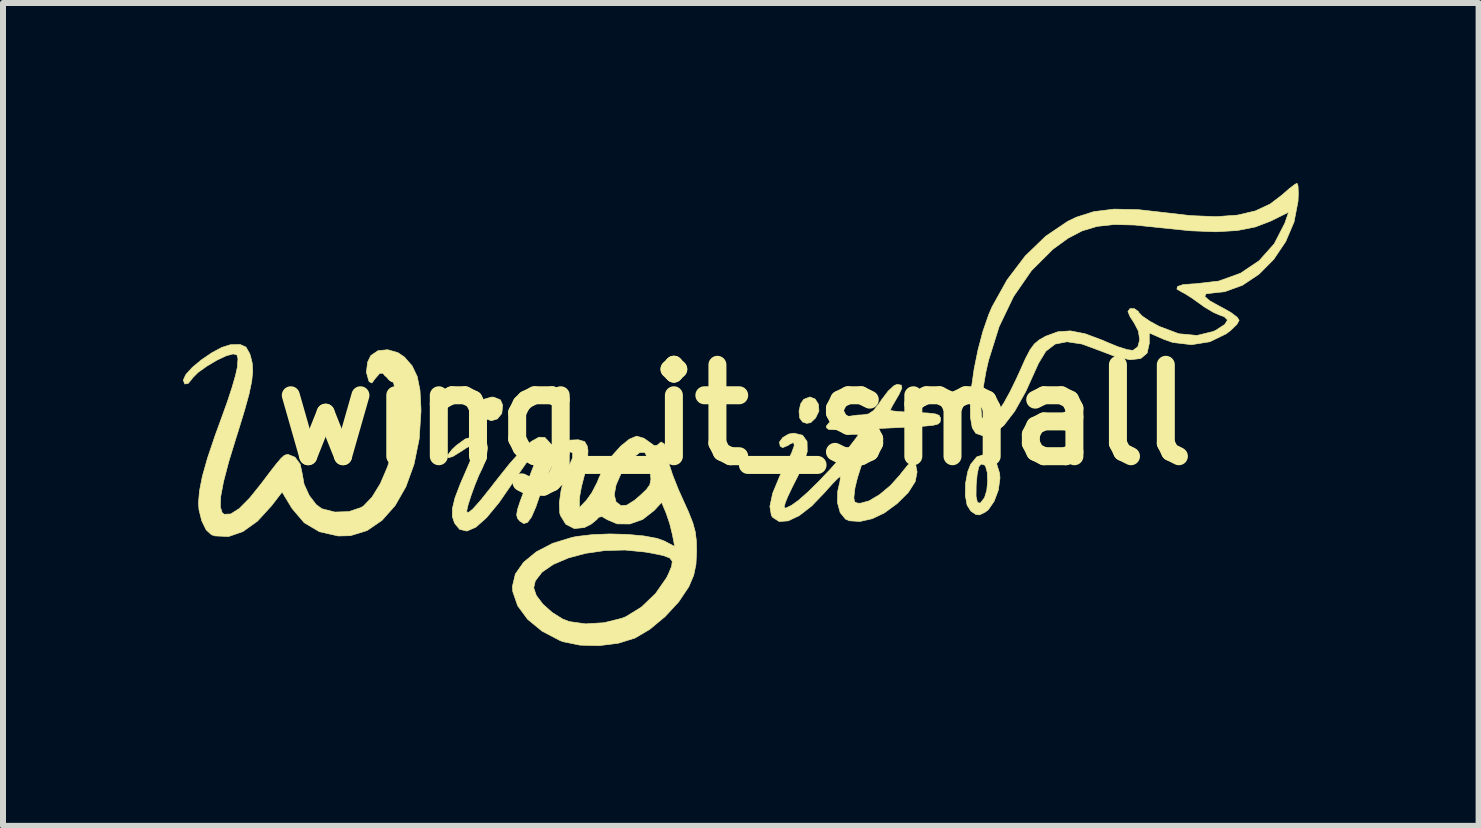
<source format=kicad_pcb>
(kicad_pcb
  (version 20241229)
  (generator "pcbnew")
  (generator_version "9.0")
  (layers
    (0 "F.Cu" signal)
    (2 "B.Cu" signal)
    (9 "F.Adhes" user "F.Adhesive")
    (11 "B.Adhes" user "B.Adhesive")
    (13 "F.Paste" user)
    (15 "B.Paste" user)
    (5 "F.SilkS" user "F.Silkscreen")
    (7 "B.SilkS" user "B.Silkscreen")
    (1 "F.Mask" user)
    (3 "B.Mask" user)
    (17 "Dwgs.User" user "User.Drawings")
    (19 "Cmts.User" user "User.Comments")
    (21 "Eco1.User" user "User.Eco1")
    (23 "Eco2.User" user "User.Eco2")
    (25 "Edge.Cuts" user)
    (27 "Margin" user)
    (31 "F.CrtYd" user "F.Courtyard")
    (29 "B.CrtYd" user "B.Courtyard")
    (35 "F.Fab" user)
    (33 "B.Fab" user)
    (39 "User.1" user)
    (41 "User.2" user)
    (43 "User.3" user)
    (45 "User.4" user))
  (footprint "wing_it_small"
    (layer "F.Cu")
    (at 9.2 3.866)
    (property "Reference" "wing_it_small" (at 0 0 0) (layer "F.SilkS") (effects (font (size 1.524 1.524) (thickness 0.3))))
    (attr through_hole)
    (fp_poly (pts (xy -4.018 -0.295) (xy -3.907 -0.249) (xy -3.87 -0.162) (xy -3.885 -0.024) (xy -3.958 0.067) (xy -4.06 0.098) (xy -4.162 0.06) (xy -4.225 -0.024) (xy -4.247 -0.163) (xy -4.185 -0.26) (xy -4.055 -0.297) (xy -4.018 -0.295)) (stroke (width 0.01) (type solid)) (fill yes) (layer "F.SilkS"))
    (fp_poly (pts (xy 1.338 -0.264) (xy 1.394 -0.177) (xy 1.402 -0.064) (xy 1.347 0.05) (xy 1.343 0.055) (xy 1.264 0.13) (xy 1.197 0.141) (xy 1.13 0.119) (xy 1.08 0.051) (xy 1.07 -0.065) (xy 1.098 -0.186) (xy 1.147 -0.258) (xy 1.251 -0.299) (xy 1.338 -0.264)) (stroke (width 0.01) (type solid)) (fill yes) (layer "F.SilkS"))
    (fp_poly (pts (xy 4.268 0.701) (xy 4.362 0.808) (xy 4.414 0.975) (xy 4.42 1.054) (xy 4.393 1.253) (xy 4.323 1.44) (xy 4.227 1.58) (xy 4.173 1.622) (xy 4.08 1.667) (xy 4.02 1.662) (xy 3.934 1.604) (xy 3.934 1.604) (xy 3.871 1.503) (xy 3.845 1.357) (xy 4.021 1.357) (xy 4.044 1.46) (xy 4.091 1.472) (xy 4.156 1.389) (xy 4.164 1.375) (xy 4.2 1.258) (xy 4.214 1.106) (xy 4.208 0.96) (xy 4.18 0.857) (xy 4.162 0.836) (xy 4.105 0.82) (xy 4.066 0.867) (xy 4.04 0.99) (xy 4.023 1.169) (xy 4.021 1.357) (xy 3.845 1.357) (xy 3.842 1.338) (xy 3.846 1.142) (xy 3.883 0.946) (xy 3.932 0.823) (xy 4.034 0.699) (xy 4.153 0.662) (xy 4.268 0.701)) (stroke (width 0.01) (type solid)) (fill yes) (layer "F.SilkS"))
    (fp_poly (pts (xy -8.15 -1.13) (xy -8.088 -1.022) (xy -8.075 -0.984) (xy -8.045 -0.861) (xy -8.037 -0.725) (xy -8.054 -0.559) (xy -8.098 -0.348) (xy -8.173 -0.076) (xy -8.279 0.271) (xy -8.308 0.361) (xy -8.437 0.781) (xy -8.524 1.114) (xy -8.571 1.363) (xy -8.577 1.535) (xy -8.545 1.633) (xy -8.512 1.657) (xy -8.403 1.652) (xy -8.262 1.562) (xy -8.087 1.385) (xy -7.909 1.164) (xy -7.75 0.954) (xy -7.64 0.813) (xy -7.566 0.726) (xy -7.516 0.68) (xy -7.478 0.663) (xy -7.446 0.66) (xy -7.332 0.706) (xy -7.246 0.821) (xy -7.214 0.971) (xy -7.181 1.156) (xy -7.095 1.344) (xy -6.979 1.496) (xy -6.885 1.565) (xy -6.669 1.62) (xy -6.436 1.613) (xy -6.232 1.545) (xy -6.191 1.52) (xy -6.049 1.372) (xy -5.91 1.147) (xy -5.789 0.865) (xy -5.715 0.625) (xy -5.67 0.394) (xy -5.645 0.136) (xy -5.639 -0.121) (xy -5.653 -0.351) (xy -5.686 -0.526) (xy -5.718 -0.598) (xy -5.821 -0.695) (xy -5.919 -0.693) (xy -5.998 -0.603) (xy -6.049 -0.532) (xy -6.091 -0.55) (xy -6.101 -0.565) (xy -6.142 -0.71) (xy -6.122 -0.878) (xy -6.069 -0.988) (xy -5.949 -1.07) (xy -5.787 -1.086) (xy -5.616 -1.037) (xy -5.507 -0.963) (xy -5.379 -0.816) (xy -5.295 -0.64) (xy -5.249 -0.413) (xy -5.233 -0.113) (xy -5.232 -0.063) (xy -5.262 0.401) (xy -5.348 0.824) (xy -5.483 1.197) (xy -5.663 1.512) (xy -5.881 1.758) (xy -6.131 1.929) (xy -6.408 2.014) (xy -6.611 2.019) (xy -6.925 1.948) (xy -7.179 1.798) (xy -7.379 1.563) (xy -7.393 1.541) (xy -7.547 1.286) (xy -7.723 1.515) (xy -7.958 1.772) (xy -8.2 1.945) (xy -8.439 2.028) (xy -8.666 2.018) (xy -8.726 1.998) (xy -8.814 1.916) (xy -8.887 1.766) (xy -8.933 1.581) (xy -8.941 1.47) (xy -8.925 1.271) (xy -8.877 1.026) (xy -8.792 0.725) (xy -8.667 0.353) (xy -8.552 0.037) (xy -8.46 -0.218) (xy -8.381 -0.459) (xy -8.323 -0.661) (xy -8.293 -0.796) (xy -8.293 -0.8) (xy -8.283 -0.937) (xy -8.301 -1) (xy -8.357 -1.015) (xy -8.363 -1.016) (xy -8.476 -0.986) (xy -8.634 -0.912) (xy -8.802 -0.812) (xy -8.948 -0.708) (xy -9.037 -0.619) (xy -9.042 -0.61) (xy -9.11 -0.526) (xy -9.169 -0.514) (xy -9.195 -0.578) (xy -9.153 -0.671) (xy -9.044 -0.791) (xy -8.891 -0.918) (xy -8.719 -1.035) (xy -8.551 -1.125) (xy -8.411 -1.169) (xy -8.407 -1.169) (xy -8.246 -1.173) (xy -8.15 -1.13)) (stroke (width 0.01) (type solid)) (fill yes) (layer "F.SilkS"))
    (fp_poly (pts (xy 2.774 -0.496) (xy 2.785 -0.447) (xy 2.738 -0.343) (xy 2.692 -0.265) (xy 2.627 -0.153) (xy 2.592 -0.084) (xy 2.591 -0.077) (xy 2.638 -0.065) (xy 2.762 -0.053) (xy 2.941 -0.043) (xy 3.01 -0.04) (xy 3.216 -0.031) (xy 3.342 -0.016) (xy 3.405 0.008) (xy 3.427 0.049) (xy 3.429 0.076) (xy 3.421 0.122) (xy 3.386 0.153) (xy 3.305 0.174) (xy 3.162 0.188) (xy 2.937 0.201) (xy 2.896 0.203) (xy 2.363 0.229) (xy 2.198 0.615) (xy 2.113 0.832) (xy 2.044 1.048) (xy 2.002 1.22) (xy 2 1.238) (xy 1.984 1.38) (xy 1.995 1.449) (xy 2.043 1.471) (xy 2.094 1.473) (xy 2.237 1.434) (xy 2.412 1.33) (xy 2.592 1.18) (xy 2.751 1.004) (xy 2.775 0.971) (xy 2.887 0.833) (xy 2.966 0.789) (xy 3.016 0.838) (xy 3.038 0.951) (xy 3.007 1.112) (xy 2.892 1.293) (xy 2.705 1.479) (xy 2.492 1.635) (xy 2.29 1.731) (xy 2.086 1.777) (xy 1.911 1.766) (xy 1.845 1.738) (xy 1.756 1.629) (xy 1.71 1.462) (xy 1.715 1.275) (xy 1.725 1.229) (xy 1.753 1.107) (xy 1.76 1.034) (xy 1.757 1.029) (xy 1.718 1.056) (xy 1.632 1.143) (xy 1.516 1.272) (xy 1.499 1.292) (xy 1.28 1.52) (xy 1.073 1.68) (xy 0.89 1.767) (xy 0.739 1.778) (xy 0.629 1.707) (xy 0.609 1.676) (xy 0.584 1.525) (xy 0.631 1.306) (xy 0.749 1.021) (xy 0.847 0.832) (xy 0.946 0.636) (xy 0.991 0.511) (xy 0.98 0.46) (xy 0.913 0.489) (xy 0.888 0.509) (xy 0.798 0.546) (xy 0.757 0.523) (xy 0.743 0.454) (xy 0.799 0.378) (xy 0.898 0.32) (xy 0.984 0.305) (xy 1.13 0.34) (xy 1.204 0.444) (xy 1.207 0.612) (xy 1.137 0.84) (xy 1.049 1.024) (xy 0.958 1.203) (xy 0.883 1.361) (xy 0.841 1.464) (xy 0.821 1.542) (xy 0.847 1.555) (xy 0.941 1.51) (xy 0.948 1.506) (xy 1.061 1.425) (xy 1.22 1.285) (xy 1.405 1.103) (xy 1.598 0.899) (xy 1.78 0.693) (xy 1.889 0.559) (xy 2.022 0.386) (xy 2.092 0.28) (xy 2.095 0.227) (xy 2.03 0.214) (xy 1.894 0.225) (xy 1.834 0.232) (xy 1.66 0.248) (xy 1.565 0.243) (xy 1.528 0.215) (xy 1.524 0.19) (xy 1.57 0.133) (xy 1.69 0.076) (xy 1.856 0.031) (xy 2.04 0.004) (xy 2.129 0) (xy 2.227 -0.015) (xy 2.312 -0.072) (xy 2.407 -0.193) (xy 2.448 -0.254) (xy 2.557 -0.398) (xy 2.655 -0.488) (xy 2.704 -0.508) (xy 2.774 -0.496)) (stroke (width 0.01) (type solid)) (fill yes) (layer "F.SilkS"))
    (fp_poly (pts (xy 9.389 -3.815) (xy 9.394 -3.696) (xy 9.389 -3.562) (xy 9.322 -3.215) (xy 9.182 -2.887) (xy 8.983 -2.592) (xy 8.738 -2.345) (xy 8.461 -2.16) (xy 8.165 -2.053) (xy 7.967 -2.032) (xy 7.853 -2.017) (xy 7.835 -1.974) (xy 7.914 -1.903) (xy 8.087 -1.807) (xy 8.115 -1.793) (xy 8.267 -1.708) (xy 8.372 -1.629) (xy 8.407 -1.577) (xy 8.369 -1.508) (xy 8.27 -1.412) (xy 8.192 -1.352) (xy 7.919 -1.219) (xy 7.612 -1.17) (xy 7.301 -1.207) (xy 7.145 -1.262) (xy 6.909 -1.366) (xy 6.909 -1.193) (xy 6.873 -1.03) (xy 6.766 -0.939) (xy 6.589 -0.919) (xy 6.343 -0.972) (xy 6.096 -1.067) (xy 5.786 -1.181) (xy 5.537 -1.219) (xy 5.339 -1.18) (xy 5.184 -1.06) (xy 5.062 -0.859) (xy 5.045 -0.821) (xy 4.852 -0.393) (xy 4.665 -0.06) (xy 4.484 0.176) (xy 4.311 0.314) (xy 4.147 0.353) (xy 4.017 0.308) (xy 3.958 0.216) (xy 3.928 0.044) (xy 3.926 -0.121) (xy 4.102 -0.121) (xy 4.116 0.039) (xy 4.166 0.106) (xy 4.253 0.08) (xy 4.376 -0.041) (xy 4.402 -0.073) (xy 4.484 -0.197) (xy 4.587 -0.384) (xy 4.694 -0.603) (xy 4.748 -0.721) (xy 4.846 -0.94) (xy 4.923 -1.087) (xy 4.994 -1.183) (xy 5.076 -1.251) (xy 5.182 -1.311) (xy 5.383 -1.385) (xy 5.594 -1.4) (xy 5.837 -1.353) (xy 6.132 -1.243) (xy 6.204 -1.211) (xy 6.384 -1.137) (xy 6.537 -1.088) (xy 6.633 -1.075) (xy 6.636 -1.075) (xy 6.718 -1.135) (xy 6.749 -1.252) (xy 6.727 -1.398) (xy 6.659 -1.529) (xy 6.587 -1.64) (xy 6.554 -1.72) (xy 6.553 -1.725) (xy 6.588 -1.772) (xy 6.661 -1.77) (xy 6.727 -1.723) (xy 6.737 -1.703) (xy 6.795 -1.644) (xy 6.918 -1.561) (xy 7.074 -1.475) (xy 7.402 -1.352) (xy 7.704 -1.324) (xy 7.975 -1.39) (xy 8.024 -1.414) (xy 8.168 -1.508) (xy 8.213 -1.582) (xy 8.158 -1.637) (xy 8.101 -1.656) (xy 7.981 -1.707) (xy 7.829 -1.798) (xy 7.755 -1.851) (xy 7.616 -1.95) (xy 7.498 -2.024) (xy 7.455 -2.046) (xy 7.37 -2.096) (xy 7.378 -2.139) (xy 7.471 -2.171) (xy 7.639 -2.184) (xy 7.662 -2.184) (xy 8.066 -2.23) (xy 8.43 -2.361) (xy 8.742 -2.571) (xy 8.992 -2.852) (xy 9.169 -3.196) (xy 9.179 -3.226) (xy 9.232 -3.379) (xy 8.929 -3.229) (xy 8.675 -3.132) (xy 8.376 -3.073) (xy 8.019 -3.052) (xy 7.593 -3.069) (xy 7.084 -3.121) (xy 7.078 -3.122) (xy 6.662 -3.165) (xy 6.323 -3.173) (xy 6.039 -3.142) (xy 5.791 -3.068) (xy 5.557 -2.946) (xy 5.318 -2.773) (xy 5.295 -2.754) (xy 4.945 -2.405) (xy 4.647 -1.974) (xy 4.406 -1.472) (xy 4.229 -0.907) (xy 4.186 -0.719) (xy 4.126 -0.374) (xy 4.102 -0.121) (xy 3.926 -0.121) (xy 3.925 -0.189) (xy 3.946 -0.467) (xy 3.99 -0.771) (xy 4.054 -1.085) (xy 4.135 -1.391) (xy 4.232 -1.671) (xy 4.288 -1.801) (xy 4.539 -2.251) (xy 4.841 -2.649) (xy 5.182 -2.978) (xy 5.549 -3.226) (xy 5.692 -3.295) (xy 5.984 -3.388) (xy 6.324 -3.43) (xy 6.726 -3.421) (xy 7.083 -3.381) (xy 7.593 -3.322) (xy 8.021 -3.304) (xy 8.378 -3.33) (xy 8.675 -3.399) (xy 8.923 -3.514) (xy 9.116 -3.661) (xy 9.24 -3.769) (xy 9.334 -3.841) (xy 9.372 -3.861) (xy 9.389 -3.815)) (stroke (width 0.01) (type solid)) (fill yes) (layer "F.SilkS"))
    (fp_poly (pts (xy -1.516 0.39) (xy -1.424 0.455) (xy -1.343 0.513) (xy -1.294 0.506) (xy -1.23 0.452) (xy -1.173 0.487) (xy -1.137 0.597) (xy -1.131 0.656) (xy -1.104 0.797) (xy -1.037 1.002) (xy -0.939 1.249) (xy -0.88 1.38) (xy -0.771 1.621) (xy -0.7 1.801) (xy -0.66 1.948) (xy -0.642 2.091) (xy -0.637 2.259) (xy -0.637 2.261) (xy -0.648 2.493) (xy -0.686 2.674) (xy -0.761 2.852) (xy -0.771 2.871) (xy -0.937 3.119) (xy -1.164 3.364) (xy -1.419 3.576) (xy -1.665 3.721) (xy -1.943 3.807) (xy -2.262 3.847) (xy -2.581 3.839) (xy -2.861 3.782) (xy -2.911 3.764) (xy -3.213 3.606) (xy -3.454 3.408) (xy -3.62 3.183) (xy -3.702 2.945) (xy -3.706 2.883) (xy -3.353 2.883) (xy -3.31 3.01) (xy -3.2 3.155) (xy -3.046 3.293) (xy -2.873 3.402) (xy -2.76 3.446) (xy -2.488 3.484) (xy -2.182 3.465) (xy -1.89 3.393) (xy -1.816 3.364) (xy -1.558 3.205) (xy -1.321 2.978) (xy -1.139 2.717) (xy -1.105 2.648) (xy -1.054 2.525) (xy -1.043 2.442) (xy -1.085 2.386) (xy -1.193 2.345) (xy -1.382 2.306) (xy -1.5 2.286) (xy -1.832 2.253) (xy -2.166 2.262) (xy -2.486 2.308) (xy -2.777 2.386) (xy -3.025 2.492) (xy -3.213 2.621) (xy -3.326 2.767) (xy -3.353 2.883) (xy -3.706 2.883) (xy -3.708 2.86) (xy -3.659 2.653) (xy -3.522 2.458) (xy -3.311 2.284) (xy -3.038 2.142) (xy -2.718 2.044) (xy -2.641 2.028) (xy -2.379 1.997) (xy -2.087 1.985) (xy -1.79 1.993) (xy -1.518 2.018) (xy -1.296 2.059) (xy -1.175 2.103) (xy -1.003 2.194) (xy -1.04 1.999) (xy -1.085 1.815) (xy -1.145 1.638) (xy -1.148 1.631) (xy -1.22 1.459) (xy -1.345 1.594) (xy -1.536 1.743) (xy -1.75 1.819) (xy -1.962 1.817) (xy -2.126 1.747) (xy -2.215 1.695) (xy -2.269 1.707) (xy -2.302 1.745) (xy -2.393 1.82) (xy -2.509 1.879) (xy -2.677 1.895) (xy -2.818 1.823) (xy -2.908 1.676) (xy -2.919 1.636) (xy -2.926 1.469) (xy -2.896 1.254) (xy -2.837 1.031) (xy -2.767 0.861) (xy -2.704 0.713) (xy -2.705 0.632) (xy -2.766 0.61) (xy -2.895 0.659) (xy -3.023 0.805) (xy -3.144 1.042) (xy -3.227 1.27) (xy -3.316 1.532) (xy -3.39 1.703) (xy -3.456 1.793) (xy -3.519 1.812) (xy -3.588 1.768) (xy -3.589 1.767) (xy -3.625 1.721) (xy -3.637 1.665) (xy -3.623 1.577) (xy -3.577 1.437) (xy -3.497 1.224) (xy -3.492 1.21) (xy -3.41 0.996) (xy -3.338 0.81) (xy -3.287 0.677) (xy -3.271 0.635) (xy -3.255 0.565) (xy -3.287 0.573) (xy -3.36 0.649) (xy -3.466 0.786) (xy -3.599 0.976) (xy -3.69 1.113) (xy -3.93 1.461) (xy -4.139 1.714) (xy -4.318 1.873) (xy -4.467 1.937) (xy -4.588 1.908) (xy -4.672 1.806) (xy -4.709 1.696) (xy -4.708 1.56) (xy -4.665 1.383) (xy -4.575 1.147) (xy -4.492 0.957) (xy -4.412 0.77) (xy -4.354 0.616) (xy -4.328 0.52) (xy -4.328 0.503) (xy -4.374 0.501) (xy -4.475 0.55) (xy -4.558 0.605) (xy -4.705 0.696) (xy -4.784 0.716) (xy -4.789 0.674) (xy -4.713 0.576) (xy -4.643 0.51) (xy -4.494 0.402) (xy -4.362 0.364) (xy -4.3 0.365) (xy -4.188 0.39) (xy -4.139 0.457) (xy -4.124 0.549) (xy -4.146 0.74) (xy -4.211 0.891) (xy -4.267 1.006) (xy -4.333 1.168) (xy -4.397 1.344) (xy -4.447 1.5) (xy -4.47 1.602) (xy -4.47 1.609) (xy -4.445 1.632) (xy -4.369 1.571) (xy -4.24 1.427) (xy -4.058 1.199) (xy -4.019 1.147) (xy -3.766 0.828) (xy -3.56 0.595) (xy -3.394 0.444) (xy -3.265 0.372) (xy -3.168 0.376) (xy -3.107 0.44) (xy -3.06 0.494) (xy -2.987 0.492) (xy -2.907 0.462) (xy -2.749 0.421) (xy -2.609 0.415) (xy -2.504 0.445) (xy -2.459 0.522) (xy -2.448 0.594) (xy -2.454 0.737) (xy -2.486 0.922) (xy -2.512 1.022) (xy -2.557 1.198) (xy -2.586 1.355) (xy -2.591 1.418) (xy -2.591 1.547) (xy -2.472 1.421) (xy -2.408 1.332) (xy -2.01 1.332) (xy -1.981 1.447) (xy -1.978 1.452) (xy -1.898 1.513) (xy -1.801 1.505) (xy -1.671 1.423) (xy -1.577 1.342) (xy -1.476 1.247) (xy -1.418 1.167) (xy -1.399 1.074) (xy -1.411 0.941) (xy -1.449 0.737) (xy -1.452 0.724) (xy -1.5 0.628) (xy -1.584 0.627) (xy -1.703 0.719) (xy -1.776 0.8) (xy -1.899 0.983) (xy -1.98 1.169) (xy -2.01 1.332) (xy -2.408 1.332) (xy -2.384 1.298) (xy -2.296 1.128) (xy -2.261 1.041) (xy -2.172 0.862) (xy -2.046 0.681) (xy -1.902 0.521) (xy -1.76 0.406) (xy -1.642 0.356) (xy -1.632 0.356) (xy -1.516 0.39)) (stroke (width 0.01) (type solid)) (fill yes) (layer "F.SilkS")))
  (gr_rect
    (start -3 -3)
    (end 21.599 10.717)
    (stroke (width 0.1) (type default))
    (fill no)
    (layer "Edge.Cuts")))
</source>
